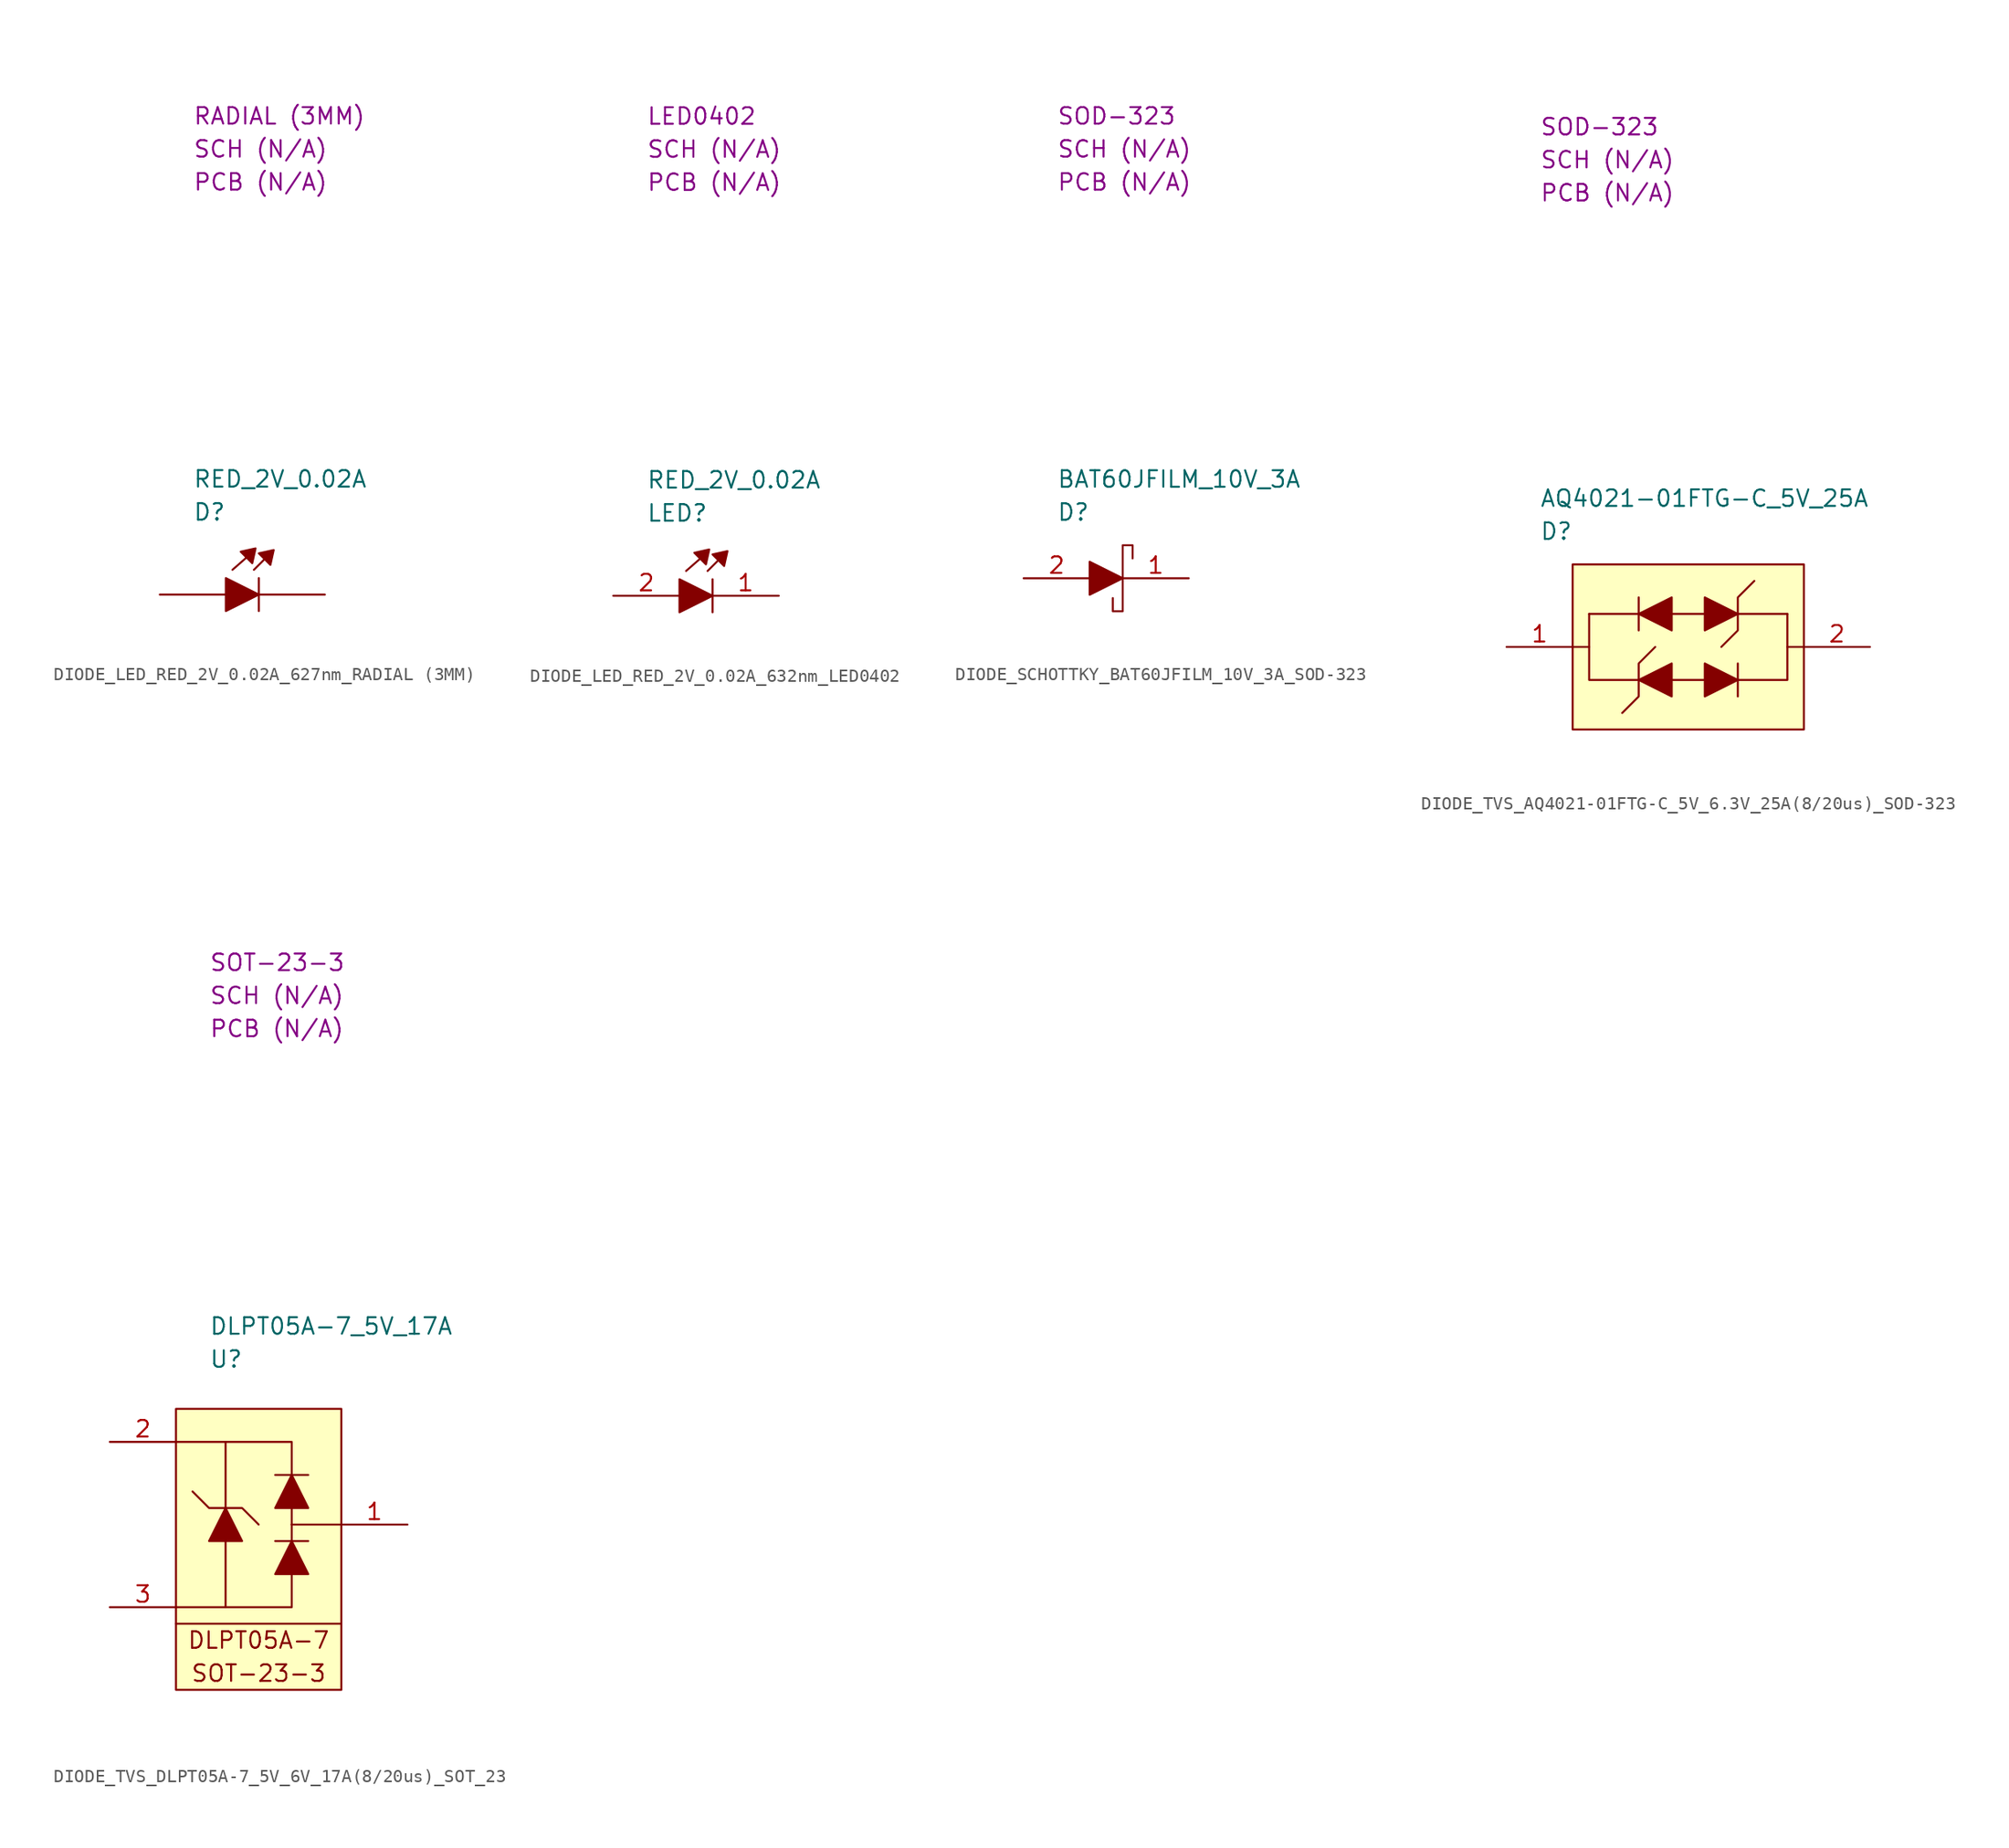
<source format=kicad_sym>
(kicad_symbol_lib
  (version 20220914)
  (generator kicad_symbol_editor)
  (symbol "DIODE_LED_RED_2V_0.02A_627nm_RADIAL (3MM)"
    (property "Reference" "D"
      (at 2.54 6.35 0)
      (effects (font (size 1.27 1.27)) (justify left)))
    (property "Value" "RED_2V_0.02A"
      (at 2.54 8.89 0)
      (effects (font (size 1.27 1.27)) (justify left)))
    (property "SCH CHECK" "SCH (N/A)"
      (at 2.54 34.29 0)
      (effects (font (size 1.27 1.27)) (justify left)))
    (property "Package" "RADIAL (3MM)"
      (at 2.54 36.83 0)
      (effects (font (size 1.27 1.27)) (justify left)))
    (property "PCB CHECk" "PCB (N/A)"
      (at 2.54 31.75 0)
      (effects (font (size 1.27 1.27)) (justify left)))
    (symbol "DIODE_LED_RED_2V_0.02A_627nm_RADIAL (3MM)_0_1"
      (polyline (pts (xy 5.08 0) (xy 0 0)) (stroke (width 0) (type default)) (fill (type none)))
      (polyline (pts (xy 5.588 1.905) (xy 6.604 2.794)) (stroke (width 0) (type default)) (fill (type none)))
      (polyline (pts (xy 7.239 1.905) (xy 8.001 2.667)) (stroke (width 0) (type default)) (fill (type none)))
      (polyline (pts (xy 7.62 -1.27) (xy 7.62 1.27)) (stroke (width 0) (type default)) (fill (type none)))
      (polyline (pts (xy 12.7 0) (xy 7.62 0)) (stroke (width 0) (type default)) (fill (type none)))
      (polyline (pts (xy 5.08 1.27) (xy 5.08 -1.27) (xy 7.62 0) (xy 5.08 1.27)) (stroke (width 0) (type default)) (fill (type outline)))
      (polyline (pts (xy 6.223 3.302) (xy 7.112 2.413) (xy 7.366 3.556) (xy 6.223 3.302)) (stroke (width 0) (type default)) (fill (type outline)))
      (polyline (pts (xy 7.62 3.175) (xy 8.509 2.286) (xy 8.763 3.429) (xy 7.62 3.175)) (stroke (width 0) (type default)) (fill (type outline)))))
  (symbol "DIODE_LED_RED_2V_0.02A_632nm_LED0402"
    (property "Reference" "LED"
      (at 2.54 6.35 0)
      (effects (font (size 1.27 1.27)) (justify left)))
    (property "Value" "RED_2V_0.02A"
      (at 2.54 8.89 0)
      (effects (font (size 1.27 1.27)) (justify left)))
    (property "SCH CHECK" "SCH (N/A)"
      (at 2.54 34.29 0)
      (effects (font (size 1.27 1.27)) (justify left)))
    (property "Package" "LED0402"
      (at 2.54 36.83 0)
      (effects (font (size 1.27 1.27)) (justify left)))
    (property "PCB CHECk" "PCB (N/A)"
      (at 2.54 31.75 0)
      (effects (font (size 1.27 1.27)) (justify left)))
    (symbol "DIODE_LED_RED_2V_0.02A_632nm_LED0402_0_1"
      (polyline (pts (xy 5.588 1.905) (xy 6.604 2.794)) (stroke (width 0) (type default)) (fill (type none)))
      (polyline (pts (xy 7.239 1.905) (xy 8.001 2.667)) (stroke (width 0) (type default)) (fill (type none)))
      (polyline (pts (xy 7.62 -1.27) (xy 7.62 1.27)) (stroke (width 0) (type default)) (fill (type none)))
      (polyline (pts (xy 5.08 1.27) (xy 5.08 -1.27) (xy 7.62 0) (xy 5.08 1.27)) (stroke (width 0) (type default)) (fill (type outline)))
      (polyline (pts (xy 6.223 3.302) (xy 7.112 2.413) (xy 7.366 3.556) (xy 6.223 3.302)) (stroke (width 0) (type default)) (fill (type outline)))
      (polyline (pts (xy 7.62 3.175) (xy 8.509 2.286) (xy 8.763 3.429) (xy 7.62 3.175)) (stroke (width 0) (type default)) (fill (type outline))))
    (symbol "DIODE_LED_RED_2V_0.02A_632nm_LED0402_1_1"
      (pin passive line (at 12.7 0 180) (length 5.08) (name "" (effects (font (size 1.27 1.27)))) (number "1" (effects (font (size 1.27 1.27)))))
      (pin passive line (at 0 0 0) (length 5.08) (name "" (effects (font (size 1.27 1.27)))) (number "2" (effects (font (size 1.27 1.27)))))))
  (symbol "DIODE_SCHOTTKY_BAT60JFILM_10V_3A_SOD-323"
    (property "Reference" "D"
      (at 2.54 5.08 0)
      (effects (font (size 1.27 1.27)) (justify left)))
    (property "Value" "BAT60JFILM_10V_3A"
      (at 2.54 7.62 0)
      (effects (font (size 1.27 1.27)) (justify left)))
    (property "SCH CHECK" "SCH (N/A)"
      (at 2.54 33.02 0)
      (effects (font (size 1.27 1.27)) (justify left)))
    (property "Pacakge" "SOD-323"
      (at 2.54 35.56 0)
      (effects (font (size 1.27 1.27)) (justify left)))
    (property "PCB CHECk" "PCB (N/A)"
      (at 2.54 30.48 0)
      (effects (font (size 1.27 1.27)) (justify left)))
    (symbol "DIODE_SCHOTTKY_BAT60JFILM_10V_3A_SOD-323_0_1"
      (polyline (pts (xy 5.08 1.27) (xy 5.08 -1.27) (xy 7.62 0) (xy 5.08 1.27)) (stroke (width 0) (type default)) (fill (type outline)))
      (polyline (pts (xy 8.382 1.524) (xy 8.382 2.54) (xy 7.62 2.54) (xy 7.62 -2.54) (xy 6.858 -2.54) (xy 6.858 -1.524)) (stroke (width 0) (type default)) (fill (type none))))
    (symbol "DIODE_SCHOTTKY_BAT60JFILM_10V_3A_SOD-323_1_1"
      (pin passive line (at 12.7 0 180) (length 5.08) (name "" (effects (font (size 1.27 1.27)))) (number "1" (effects (font (size 1.27 1.27)))))
      (pin passive line (at 0 0 0) (length 5.08) (name "" (effects (font (size 1.27 1.27)))) (number "2" (effects (font (size 1.27 1.27)))))))
  (symbol "DIODE_TVS_AQ4021-01FTG-C_5V_6.3V_25A(8/20us)_SOD-323"
    (property "Reference" "D"
      (at 2.54 8.89 0)
      (effects (font (size 1.27 1.27)) (justify left)))
    (property "Value" "AQ4021-01FTG-C_5V_25A"
      (at 2.54 11.43 0)
      (effects (font (size 1.27 1.27)) (justify left)))
    (property "SCH CHECK" "SCH (N/A)"
      (at 2.54 37.465 0)
      (effects (font (size 1.27 1.27)) (justify left)))
    (property "Package" "SOD-323"
      (at 2.54 40.005 0)
      (effects (font (size 1.27 1.27)) (justify left)))
    (property "PCB CHECk" "PCB (N/A)"
      (at 2.54 34.925 0)
      (effects (font (size 1.27 1.27)) (justify left)))
    (symbol "DIODE_TVS_AQ4021-01FTG-C_5V_6.3V_25A(8/20us)_SOD-323_0_1"
      (polyline (pts (xy 5.08 0) (xy 6.35 0)) (stroke (width 0) (type default)) (fill (type none)))
      (polyline (pts (xy 6.35 2.54) (xy 10.16 2.54)) (stroke (width 0) (type default)) (fill (type none)))
      (polyline (pts (xy 10.16 3.81) (xy 10.16 1.27)) (stroke (width 0) (type default)) (fill (type none)))
      (polyline (pts (xy 12.7 -2.54) (xy 15.24 -2.54)) (stroke (width 0) (type default)) (fill (type none)))
      (polyline (pts (xy 12.7 2.54) (xy 15.24 2.54)) (stroke (width 0) (type default)) (fill (type none)))
      (polyline (pts (xy 17.78 -1.27) (xy 17.78 -3.81)) (stroke (width 0) (type default)) (fill (type none)))
      (polyline (pts (xy 17.78 2.54) (xy 21.59 2.54)) (stroke (width 0) (type default)) (fill (type none)))
      (polyline (pts (xy 22.86 0) (xy 21.59 0)) (stroke (width 0) (type default)) (fill (type none)))
      (polyline (pts (xy 10.16 -2.54) (xy 6.35 -2.54) (xy 6.35 2.54)) (stroke (width 0) (type default)) (fill (type none)))
      (polyline (pts (xy 17.78 -2.54) (xy 21.59 -2.54) (xy 21.59 2.54)) (stroke (width 0) (type default)) (fill (type none)))
      (polyline (pts (xy 11.43 0) (xy 10.16 -1.27) (xy 10.16 -3.81) (xy 8.89 -5.08)) (stroke (width 0) (type default)) (fill (type none)))
      (polyline (pts (xy 12.7 -3.81) (xy 12.7 -1.27) (xy 10.16 -2.54) (xy 12.7 -3.81)) (stroke (width 0) (type default)) (fill (type outline)))
      (polyline (pts (xy 12.7 1.27) (xy 12.7 3.81) (xy 10.16 2.54) (xy 12.7 1.27)) (stroke (width 0) (type default)) (fill (type outline)))
      (polyline (pts (xy 15.24 -1.27) (xy 15.24 -3.81) (xy 17.78 -2.54) (xy 15.24 -1.27)) (stroke (width 0) (type default)) (fill (type outline)))
      (polyline (pts (xy 15.24 3.81) (xy 15.24 1.27) (xy 17.78 2.54) (xy 15.24 3.81)) (stroke (width 0) (type default)) (fill (type outline)))
      (polyline (pts (xy 19.05 5.08) (xy 17.78 3.81) (xy 17.78 1.27) (xy 16.51 0)) (stroke (width 0) (type default)) (fill (type none)))
      (rectangle (start 5.08 6.35) (end 22.86 -6.35) (stroke (width 0) (type default)) (fill (type background))))
    (symbol "DIODE_TVS_AQ4021-01FTG-C_5V_6.3V_25A(8/20us)_SOD-323_1_1"
      (pin passive line (at 0 0 0) (length 5.08) (name "" (effects (font (size 1.27 1.27)))) (number "1" (effects (font (size 1.27 1.27)))))
      (pin passive line (at 27.94 0 180) (length 5.08) (name "" (effects (font (size 1.27 1.27)))) (number "2" (effects (font (size 1.27 1.27)))))))
  (symbol "DIODE_TVS_DLPT05A-7_5V_6V_17A(8/20us)_SOT_23"
    (property "Reference" "U"
      (at 2.54 3.81 0)
      (effects (font (size 1.27 1.27)) (justify left)))
    (property "Value" "DLPT05A-7_5V_17A"
      (at 2.54 6.35 0)
      (effects (font (size 1.27 1.27)) (justify left)))
    (property "SCH CHECK" "SCH (N/A)"
      (at 2.54 31.75 0)
      (effects (font (size 1.27 1.27)) (justify left)))
    (property "Package" "SOT-23-3"
      (at 2.54 34.29 0)
      (effects (font (size 1.27 1.27)) (justify left)))
    (property "PCB CHECk" "PCB (N/A)"
      (at 2.54 29.21 0)
      (effects (font (size 1.27 1.27)) (justify left)))
    (symbol "DIODE_TVS_DLPT05A-7_5V_6V_17A(8/20us)_SOT_23_0_0"
      (text "DLPT05A-7" (at 6.35 -17.78 0) (effects (font (size 1.27 1.27))))
      (text "SOT-23-3" (at 6.35 -20.32 0) (effects (font (size 1.27 1.27)))))
    (symbol "DIODE_TVS_DLPT05A-7_5V_6V_17A(8/20us)_SOT_23_0_1"
      (polyline (pts (xy 0 -16.51) (xy 12.7 -16.51)) (stroke (width 0) (type default)) (fill (type none)))
      (polyline (pts (xy 7.62 -10.16) (xy 10.16 -10.16)) (stroke (width 0) (type default)) (fill (type none)))
      (polyline (pts (xy 8.89 -8.89) (xy 8.89 -10.16)) (stroke (width 0) (type default)) (fill (type none)))
      (polyline (pts (xy 8.89 -7.62) (xy 8.89 -8.89)) (stroke (width 0) (type default)) (fill (type none)))
      (polyline (pts (xy 10.16 -5.08) (xy 7.62 -5.08)) (stroke (width 0) (type default)) (fill (type none)))
      (polyline (pts (xy 12.7 -8.89) (xy 8.89 -8.89)) (stroke (width 0) (type default)) (fill (type none)))
      (polyline (pts (xy 0 -2.54) (xy 3.81 -2.54) (xy 3.81 -7.62)) (stroke (width 0) (type default)) (fill (type none)))
      (polyline (pts (xy 3.81 -10.16) (xy 3.81 -15.24) (xy 0 -15.24)) (stroke (width 0) (type default)) (fill (type none)))
      (polyline (pts (xy 8.89 -12.7) (xy 8.89 -15.24) (xy 3.81 -15.24)) (stroke (width 0) (type default)) (fill (type none)))
      (polyline (pts (xy 8.89 -5.08) (xy 8.89 -2.54) (xy 3.81 -2.54)) (stroke (width 0) (type default)) (fill (type none)))
      (polyline (pts (xy 2.54 -10.16) (xy 5.08 -10.16) (xy 3.81 -7.62) (xy 2.54 -10.16)) (stroke (width 0) (type default)) (fill (type outline)))
      (polyline (pts (xy 6.35 -8.89) (xy 5.08 -7.62) (xy 2.54 -7.62) (xy 1.27 -6.35)) (stroke (width 0) (type default)) (fill (type none)))
      (polyline (pts (xy 7.62 -12.7) (xy 10.16 -12.7) (xy 8.89 -10.16) (xy 7.62 -12.7)) (stroke (width 0) (type default)) (fill (type outline)))
      (polyline (pts (xy 7.62 -7.62) (xy 10.16 -7.62) (xy 8.89 -5.08) (xy 7.62 -7.62)) (stroke (width 0) (type default)) (fill (type outline)))
      (rectangle (start 0 0) (end 12.7 -21.59) (stroke (width 0) (type default)) (fill (type background))))
    (symbol "DIODE_TVS_DLPT05A-7_5V_6V_17A(8/20us)_SOT_23_1_1"
      (pin passive line (at 17.78 -8.89 180) (length 5.08) (name "" (effects (font (size 1.27 1.27)))) (number "1" (effects (font (size 1.27 1.27)))))
      (pin passive line (at -5.08 -2.54 0) (length 5.08) (name "" (effects (font (size 1.27 1.27)))) (number "2" (effects (font (size 1.27 1.27)))))
      (pin passive line (at -5.08 -15.24 0) (length 5.08) (name "" (effects (font (size 1.27 1.27)))) (number "3" (effects (font (size 1.27 1.27))))))))
</source>
